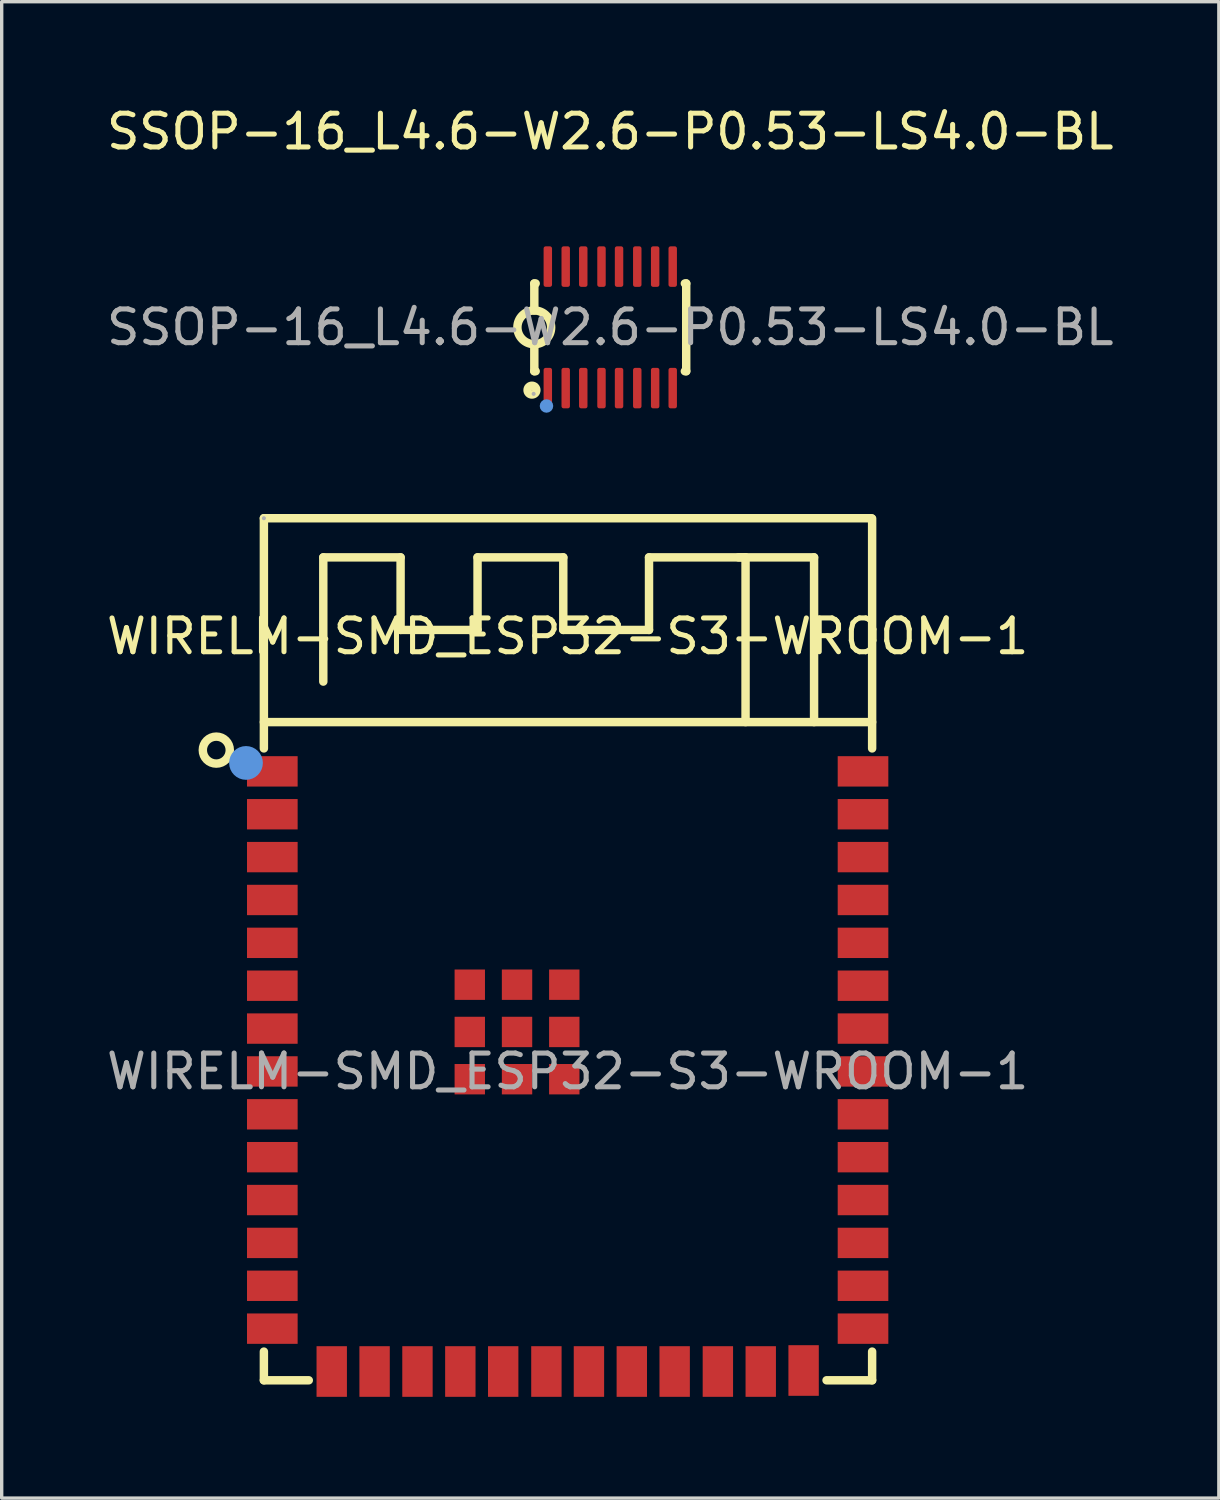
<source format=kicad_pcb>
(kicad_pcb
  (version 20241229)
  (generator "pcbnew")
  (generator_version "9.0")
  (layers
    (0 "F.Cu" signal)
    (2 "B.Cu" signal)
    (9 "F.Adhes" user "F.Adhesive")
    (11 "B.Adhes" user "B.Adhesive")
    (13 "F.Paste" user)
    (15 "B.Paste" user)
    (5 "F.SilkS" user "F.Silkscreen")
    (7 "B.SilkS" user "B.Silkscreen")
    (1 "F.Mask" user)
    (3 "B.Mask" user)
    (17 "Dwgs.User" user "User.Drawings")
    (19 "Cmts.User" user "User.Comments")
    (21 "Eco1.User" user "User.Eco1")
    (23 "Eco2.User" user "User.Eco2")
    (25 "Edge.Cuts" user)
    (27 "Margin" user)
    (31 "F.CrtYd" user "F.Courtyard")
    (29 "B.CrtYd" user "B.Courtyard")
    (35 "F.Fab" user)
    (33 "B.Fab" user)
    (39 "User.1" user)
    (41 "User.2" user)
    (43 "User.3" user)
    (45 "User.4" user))
  (footprint "WIRELM-SMD_ESP32-S3-WROOM-1"
    (layer "F.Cu")
    (at 13.768 28.693)
    (property "Reference" "WIRELM-SMD_ESP32-S3-WROOM-1" (at 0 -12.89 0) (layer "F.SilkS") (effects (font (size 1 1) (thickness 0.15))))
    (attr smd)
    (fp_line (start -9 -16.39) (end -9 -9.57) (stroke (width 0.25) (type solid)) (layer "F.SilkS"))
    (fp_line (start -9 -10.35) (end 9.02 -10.35) (stroke (width 0.25) (type solid)) (layer "F.SilkS"))
    (fp_line (start -9 8.3) (end -9 9.15) (stroke (width 0.25) (type solid)) (layer "F.SilkS"))
    (fp_line (start -9 9.15) (end -7.67 9.15) (stroke (width 0.25) (type solid)) (layer "F.SilkS"))
    (fp_line (start -7.24 -15.23) (end -7.24 -11.55) (stroke (width 0.25) (type solid)) (layer "F.SilkS"))
    (fp_line (start -4.95 -15.23) (end -7.24 -15.23) (stroke (width 0.25) (type solid)) (layer "F.SilkS"))
    (fp_line (start -4.95 -13.08) (end -4.95 -15.23) (stroke (width 0.25) (type solid)) (layer "F.SilkS"))
    (fp_line (start -2.67 -15.23) (end -2.67 -13.08) (stroke (width 0.25) (type solid)) (layer "F.SilkS"))
    (fp_line (start -2.67 -13.08) (end -4.95 -13.08) (stroke (width 0.25) (type solid)) (layer "F.SilkS"))
    (fp_line (start -0.13 -15.23) (end -2.67 -15.23) (stroke (width 0.25) (type solid)) (layer "F.SilkS"))
    (fp_line (start -0.13 -13.08) (end -0.13 -15.23) (stroke (width 0.25) (type solid)) (layer "F.SilkS"))
    (fp_line (start 2.41 -15.23) (end 2.41 -13.08) (stroke (width 0.25) (type solid)) (layer "F.SilkS"))
    (fp_line (start 2.41 -13.08) (end -0.13 -13.08) (stroke (width 0.25) (type solid)) (layer "F.SilkS"))
    (fp_line (start 5.27 -15.23) (end 2.41 -15.23) (stroke (width 0.25) (type solid)) (layer "F.SilkS"))
    (fp_line (start 5.27 -10.35) (end 5.27 -15.23) (stroke (width 0.25) (type solid)) (layer "F.SilkS"))
    (fp_line (start 7.3 -15.23) (end 5.06 -15.23) (stroke (width 0.25) (type solid)) (layer "F.SilkS"))
    (fp_line (start 7.3 -10.35) (end 7.3 -15.23) (stroke (width 0.25) (type solid)) (layer "F.SilkS"))
    (fp_line (start 7.67 9.15) (end 9.02 9.15) (stroke (width 0.25) (type solid)) (layer "F.SilkS"))
    (fp_line (start 9 -16.39) (end -9 -16.39) (stroke (width 0.25) (type solid)) (layer "F.SilkS"))
    (fp_line (start 9.02 -9.57) (end 9.02 -16.38) (stroke (width 0.25) (type solid)) (layer "F.SilkS"))
    (fp_line (start 9.02 9.15) (end 9.02 8.3) (stroke (width 0.25) (type solid)) (layer "F.SilkS"))
    (fp_circle (center -10.41 -9.52) (end -10.01 -9.52) (stroke (width 0.25) (type solid)) (fill no) (layer "F.SilkS"))
    (fp_circle (center -9.53 -9.14) (end -9.28 -9.14) (stroke (width 0.5) (type solid)) (fill no) (layer "Cmts.User"))
    (fp_circle (center -9 -16.39) (end -8.97 -16.39) (stroke (width 0.06) (type solid)) (fill no) (layer "F.Fab"))
    (fp_text user "${REFERENCE}" (at 0 0 0) (layer "F.Fab") (effects (font (size 1 1) (thickness 0.15))))
    (pad "1" smd rect (at -8.75 -8.89) (size 1.5 0.9) (layers "F.Cu" "F.Mask" "F.Paste"))
    (pad "2" smd rect (at -8.75 -7.62) (size 1.5 0.9) (layers "F.Cu" "F.Mask" "F.Paste"))
    (pad "3" smd rect (at -8.75 -6.35) (size 1.5 0.9) (layers "F.Cu" "F.Mask" "F.Paste"))
    (pad "4" smd rect (at -8.75 -5.08) (size 1.5 0.9) (layers "F.Cu" "F.Mask" "F.Paste"))
    (pad "5" smd rect (at -8.75 -3.81) (size 1.5 0.9) (layers "F.Cu" "F.Mask" "F.Paste"))
    (pad "6" smd rect (at -8.75 -2.54) (size 1.5 0.9) (layers "F.Cu" "F.Mask" "F.Paste"))
    (pad "7" smd rect (at -8.75 -1.27) (size 1.5 0.9) (layers "F.Cu" "F.Mask" "F.Paste"))
    (pad "8" smd rect (at -8.75 0) (size 1.5 0.9) (layers "F.Cu" "F.Mask" "F.Paste"))
    (pad "9" smd rect (at -8.75 1.27) (size 1.5 0.9) (layers "F.Cu" "F.Mask" "F.Paste"))
    (pad "10" smd rect (at -8.75 2.54) (size 1.5 0.9) (layers "F.Cu" "F.Mask" "F.Paste"))
    (pad "11" smd rect (at -8.75 3.81) (size 1.5 0.9) (layers "F.Cu" "F.Mask" "F.Paste"))
    (pad "12" smd rect (at -8.75 5.08) (size 1.5 0.9) (layers "F.Cu" "F.Mask" "F.Paste"))
    (pad "13" smd rect (at -8.75 6.35) (size 1.5 0.9) (layers "F.Cu" "F.Mask" "F.Paste"))
    (pad "14" smd rect (at -8.75 7.62) (size 1.5 0.9) (layers "F.Cu" "F.Mask" "F.Paste"))
    (pad "15" smd rect (at -6.99 8.89 90) (size 1.5 0.9) (layers "F.Cu" "F.Mask" "F.Paste"))
    (pad "16" smd rect (at -5.72 8.89 90) (size 1.5 0.9) (layers "F.Cu" "F.Mask" "F.Paste"))
    (pad "17" smd rect (at -4.45 8.89 90) (size 1.5 0.9) (layers "F.Cu" "F.Mask" "F.Paste"))
    (pad "18" smd rect (at -3.18 8.89 90) (size 1.5 0.9) (layers "F.Cu" "F.Mask" "F.Paste"))
    (pad "19" smd rect (at -1.91 8.89 90) (size 1.5 0.9) (layers "F.Cu" "F.Mask" "F.Paste"))
    (pad "20" smd rect (at -0.63 8.89 90) (size 1.5 0.9) (layers "F.Cu" "F.Mask" "F.Paste"))
    (pad "21" smd rect (at 0.63 8.89 90) (size 1.5 0.9) (layers "F.Cu" "F.Mask" "F.Paste"))
    (pad "22" smd rect (at 1.9 8.89 90) (size 1.5 0.9) (layers "F.Cu" "F.Mask" "F.Paste"))
    (pad "23" smd rect (at 3.17 8.89 90) (size 1.5 0.9) (layers "F.Cu" "F.Mask" "F.Paste"))
    (pad "24" smd rect (at 4.45 8.89 90) (size 1.5 0.9) (layers "F.Cu" "F.Mask" "F.Paste"))
    (pad "25" smd rect (at 5.72 8.89 90) (size 1.5 0.9) (layers "F.Cu" "F.Mask" "F.Paste"))
    (pad "26" smd rect (at 6.99 8.86 90) (size 1.5 0.9) (layers "F.Cu" "F.Mask" "F.Paste"))
    (pad "27" smd rect (at 8.75 7.62 180) (size 1.5 0.9) (layers "F.Cu" "F.Mask" "F.Paste"))
    (pad "28" smd rect (at 8.75 6.35 180) (size 1.5 0.9) (layers "F.Cu" "F.Mask" "F.Paste"))
    (pad "29" smd rect (at 8.75 5.08 180) (size 1.5 0.9) (layers "F.Cu" "F.Mask" "F.Paste"))
    (pad "30" smd rect (at 8.75 3.81 180) (size 1.5 0.9) (layers "F.Cu" "F.Mask" "F.Paste"))
    (pad "31" smd rect (at 8.75 2.54 180) (size 1.5 0.9) (layers "F.Cu" "F.Mask" "F.Paste"))
    (pad "32" smd rect (at 8.75 1.27 180) (size 1.5 0.9) (layers "F.Cu" "F.Mask" "F.Paste"))
    (pad "33" smd rect (at 8.75 0 180) (size 1.5 0.9) (layers "F.Cu" "F.Mask" "F.Paste"))
    (pad "34" smd rect (at 8.75 -1.27 180) (size 1.5 0.9) (layers "F.Cu" "F.Mask" "F.Paste"))
    (pad "35" smd rect (at 8.75 -2.54 180) (size 1.5 0.9) (layers "F.Cu" "F.Mask" "F.Paste"))
    (pad "36" smd rect (at 8.75 -3.81 180) (size 1.5 0.9) (layers "F.Cu" "F.Mask" "F.Paste"))
    (pad "37" smd rect (at 8.75 -5.08 180) (size 1.5 0.9) (layers "F.Cu" "F.Mask" "F.Paste"))
    (pad "38" smd rect (at 8.75 -6.35 180) (size 1.5 0.9) (layers "F.Cu" "F.Mask" "F.Paste"))
    (pad "39" smd rect (at 8.75 -7.62 180) (size 1.5 0.9) (layers "F.Cu" "F.Mask" "F.Paste"))
    (pad "40" smd rect (at 8.75 -8.89 180) (size 1.5 0.9) (layers "F.Cu" "F.Mask" "F.Paste"))
    (pad "41" smd rect (at -2.9 -2.57 90) (size 0.9 0.9) (layers "F.Cu" "F.Mask" "F.Paste"))
    (pad "41" smd rect (at -2.9 -1.17 90) (size 0.9 0.9) (layers "F.Cu" "F.Mask" "F.Paste"))
    (pad "41" smd rect (at -2.9 0.23 90) (size 0.9 0.9) (layers "F.Cu" "F.Mask" "F.Paste"))
    (pad "41" smd rect (at -1.5 -2.57 90) (size 0.9 0.9) (layers "F.Cu" "F.Mask" "F.Paste"))
    (pad "41" smd rect (at -1.5 -1.17 90) (size 0.9 0.9) (layers "F.Cu" "F.Mask" "F.Paste"))
    (pad "41" smd rect (at -1.5 0.23 90) (size 0.9 0.9) (layers "F.Cu" "F.Mask" "F.Paste"))
    (pad "41" smd rect (at -0.1 -2.57 90) (size 0.9 0.9) (layers "F.Cu" "F.Mask" "F.Paste"))
    (pad "41" smd rect (at -0.1 -1.17 90) (size 0.9 0.9) (layers "F.Cu" "F.Mask" "F.Paste"))
    (pad "41" smd rect (at -0.1 0.23 90) (size 0.9 0.9) (layers "F.Cu" "F.Mask" "F.Paste")))
  (footprint "SSOP-16_L4.6-W2.6-P0.53-LS4.0-BL"
    (layer "F.Cu")
    (at 15.03 6.648)
    (property "Reference" "SSOP-16_L4.6-W2.6-P0.53-LS4.0-BL" (at 0 -5.8 0) (layer "F.SilkS") (effects (font (size 1 1) (thickness 0.15))))
    (attr through_hole)
    (fp_line (start -2.25 -1.3) (end -2.25 -0.5) (stroke (width 0.25) (type solid)) (layer "F.SilkS"))
    (fp_line (start -2.25 -1.3) (end -2.21 -1.3) (stroke (width 0.25) (type solid)) (layer "F.SilkS"))
    (fp_line (start -2.25 1.3) (end -2.25 0.5) (stroke (width 0.25) (type solid)) (layer "F.SilkS"))
    (fp_line (start -2.25 1.3) (end -2.21 1.3) (stroke (width 0.25) (type solid)) (layer "F.SilkS"))
    (fp_line (start 2.21 -1.3) (end 2.25 -1.3) (stroke (width 0.25) (type solid)) (layer "F.SilkS"))
    (fp_line (start 2.25 -1.3) (end 2.25 1.3) (stroke (width 0.25) (type solid)) (layer "F.SilkS"))
    (fp_line (start 2.25 1.3) (end 2.21 1.3) (stroke (width 0.25) (type solid)) (layer "F.SilkS"))
    (fp_arc (start -2.241274 -0.499924) (mid -2.254363 0.499981) (end -2.25 -0.5) (stroke (width 0.25) (type solid)) (layer "F.SilkS"))
    (fp_circle (center -2.32 1.86) (end -2.19 1.86) (stroke (width 0.25) (type solid)) (fill no) (layer "F.SilkS"))
    (fp_circle (center -1.89 2.33) (end -1.79 2.33) (stroke (width 0.2) (type solid)) (fill no) (layer "Cmts.User"))
    (fp_circle (center -2.27 1.97) (end -2.24 1.97) (stroke (width 0.06) (type solid)) (fill no) (layer "F.Fab"))
    (fp_text user "${REFERENCE}" (at 0 0 0) (layer "F.Fab") (effects (font (size 1 1) (thickness 0.15))))
    (pad "1" smd roundrect (at -1.85 1.8 90) (size 1.2 0.25) (layers "F.Cu" "F.Mask" "F.Paste") (roundrect_rratio 0.25))
    (pad "2" smd roundrect (at -1.32 1.8 90) (size 1.2 0.25) (layers "F.Cu" "F.Mask" "F.Paste") (roundrect_rratio 0.25))
    (pad "3" smd roundrect (at -0.8 1.8 90) (size 1.2 0.25) (layers "F.Cu" "F.Mask" "F.Paste") (roundrect_rratio 0.25))
    (pad "4" smd roundrect (at -0.26 1.8 90) (size 1.2 0.25) (layers "F.Cu" "F.Mask" "F.Paste") (roundrect_rratio 0.25))
    (pad "5" smd roundrect (at 0.26 1.8 90) (size 1.2 0.25) (layers "F.Cu" "F.Mask" "F.Paste") (roundrect_rratio 0.25))
    (pad "6" smd roundrect (at 0.8 1.8 90) (size 1.2 0.25) (layers "F.Cu" "F.Mask" "F.Paste") (roundrect_rratio 0.25))
    (pad "7" smd roundrect (at 1.33 1.8 90) (size 1.2 0.25) (layers "F.Cu" "F.Mask" "F.Paste") (roundrect_rratio 0.25))
    (pad "8" smd roundrect (at 1.85 1.8 90) (size 1.2 0.25) (layers "F.Cu" "F.Mask" "F.Paste") (roundrect_rratio 0.25))
    (pad "9" smd roundrect (at 1.85 -1.8 90) (size 1.2 0.25) (layers "F.Cu" "F.Mask" "F.Paste") (roundrect_rratio 0.25))
    (pad "10" smd roundrect (at 1.33 -1.8 90) (size 1.2 0.25) (layers "F.Cu" "F.Mask" "F.Paste") (roundrect_rratio 0.25))
    (pad "11" smd roundrect (at 0.8 -1.8 90) (size 1.2 0.25) (layers "F.Cu" "F.Mask" "F.Paste") (roundrect_rratio 0.25))
    (pad "12" smd roundrect (at 0.26 -1.8 90) (size 1.2 0.25) (layers "F.Cu" "F.Mask" "F.Paste") (roundrect_rratio 0.25))
    (pad "13" smd roundrect (at -0.26 -1.8 90) (size 1.2 0.25) (layers "F.Cu" "F.Mask" "F.Paste") (roundrect_rratio 0.25))
    (pad "14" smd roundrect (at -0.8 -1.8 90) (size 1.2 0.25) (layers "F.Cu" "F.Mask" "F.Paste") (roundrect_rratio 0.25))
    (pad "15" smd roundrect (at -1.32 -1.8 90) (size 1.2 0.25) (layers "F.Cu" "F.Mask" "F.Paste") (roundrect_rratio 0.25))
    (pad "16" smd roundrect (at -1.85 -1.8 90) (size 1.2 0.25) (layers "F.Cu" "F.Mask" "F.Paste") (roundrect_rratio 0.25)))
  (gr_rect
    (start -3 -3)
    (end 33.06 41.333)
    (stroke (width 0.1) (type default))
    (fill no)
    (layer "Edge.Cuts")))
</source>
